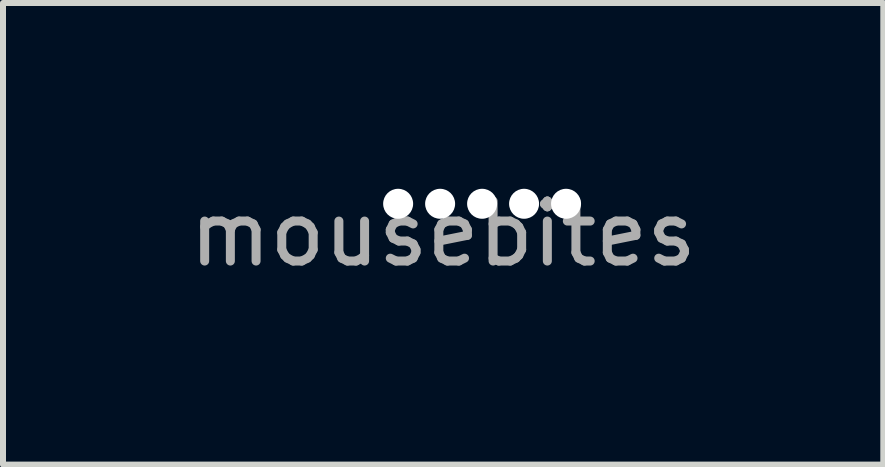
<source format=kicad_pcb>
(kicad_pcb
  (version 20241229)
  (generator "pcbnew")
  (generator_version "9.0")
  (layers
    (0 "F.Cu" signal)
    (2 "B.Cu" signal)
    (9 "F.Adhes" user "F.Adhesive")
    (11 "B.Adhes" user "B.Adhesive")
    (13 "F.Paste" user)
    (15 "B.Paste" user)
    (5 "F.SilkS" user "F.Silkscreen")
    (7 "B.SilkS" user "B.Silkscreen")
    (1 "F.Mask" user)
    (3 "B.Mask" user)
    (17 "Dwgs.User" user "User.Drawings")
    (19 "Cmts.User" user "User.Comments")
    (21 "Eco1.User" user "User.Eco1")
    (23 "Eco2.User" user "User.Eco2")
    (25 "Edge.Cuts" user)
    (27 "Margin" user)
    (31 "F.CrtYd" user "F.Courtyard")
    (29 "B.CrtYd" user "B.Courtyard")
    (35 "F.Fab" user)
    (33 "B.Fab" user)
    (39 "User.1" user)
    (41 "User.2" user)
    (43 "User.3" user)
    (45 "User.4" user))
  (footprint "mousebites"
    (layer "F.Cu")
    (at 4.339 0.348)
    (property "Reference" "mousebites" (at 0 0.5 180) (layer "F.Fab") (effects (font (size 1 1) (thickness 0.15))))
    (attr through_hole)
    (pad "" np_thru_hole circle (at -0.75 0) (size 0.5 0.5) (drill 0.5) (layers "*.Cu" "*.Mask"))
    (pad "" np_thru_hole circle (at -0.05 0) (size 0.5 0.5) (drill 0.5) (layers "*.Cu" "*.Mask"))
    (pad "" np_thru_hole circle (at 0.65 0) (size 0.5 0.5) (drill 0.5) (layers "*.Cu" "*.Mask"))
    (pad "" np_thru_hole circle (at 1.35 0) (size 0.5 0.5) (drill 0.5) (layers "*.Cu" "*.Mask"))
    (pad "" np_thru_hole circle (at 2.05 0) (size 0.5 0.5) (drill 0.5) (layers "*.Cu" "*.Mask")))
  (gr_rect
    (start -3 -3)
    (end 11.679 4.697)
    (stroke (width 0.1) (type default))
    (fill no)
    (layer "Edge.Cuts")))
</source>
